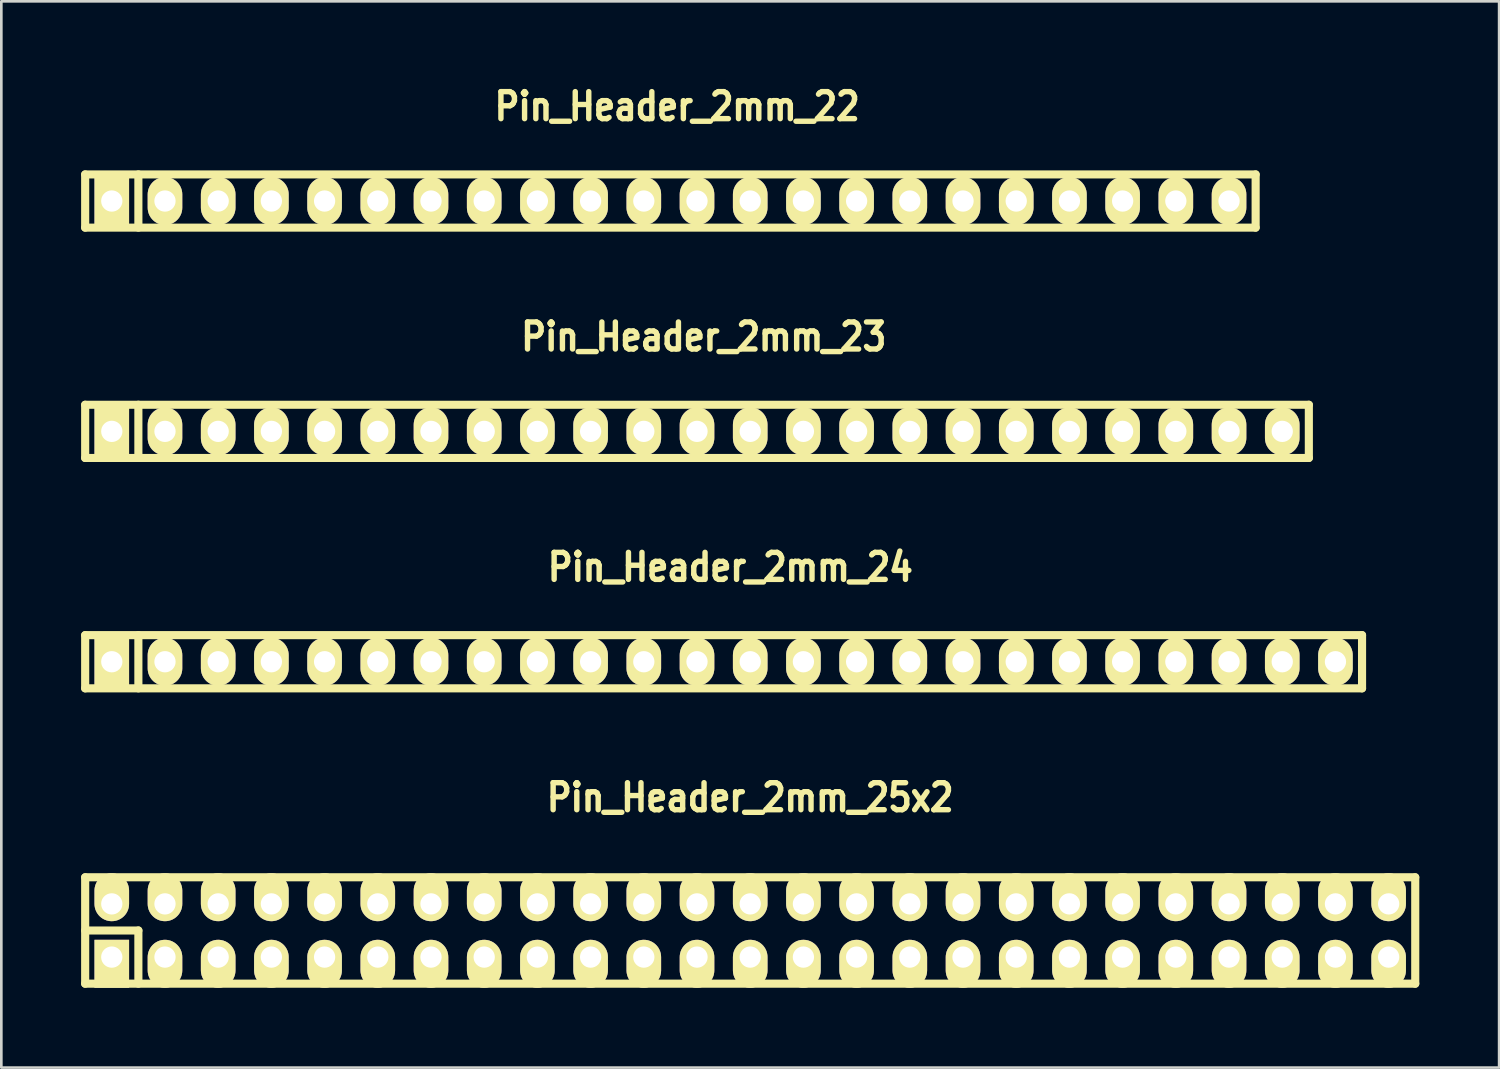
<source format=kicad_pcb>
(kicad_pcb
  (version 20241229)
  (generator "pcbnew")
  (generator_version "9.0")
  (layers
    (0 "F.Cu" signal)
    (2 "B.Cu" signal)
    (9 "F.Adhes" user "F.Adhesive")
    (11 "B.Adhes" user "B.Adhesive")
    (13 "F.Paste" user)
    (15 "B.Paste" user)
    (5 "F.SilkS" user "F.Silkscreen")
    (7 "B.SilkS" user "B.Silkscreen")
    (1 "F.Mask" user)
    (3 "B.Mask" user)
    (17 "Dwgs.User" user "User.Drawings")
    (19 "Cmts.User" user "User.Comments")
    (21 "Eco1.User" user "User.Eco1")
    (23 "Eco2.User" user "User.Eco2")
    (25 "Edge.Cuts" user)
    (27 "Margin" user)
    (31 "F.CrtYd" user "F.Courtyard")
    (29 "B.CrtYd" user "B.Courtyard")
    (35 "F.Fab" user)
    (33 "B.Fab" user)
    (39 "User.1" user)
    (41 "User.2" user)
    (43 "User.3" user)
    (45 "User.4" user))
  (footprint "Pin_Header_2mm_25x2"
    (layer "F.Cu")
    (at 25.152 31.929)
    (property "Reference" "Pin_Header_2mm_25x2" (at 0 -5 0) (layer "F.SilkS") (effects (font (size 1.016 0.889) (thickness 0.203))))
    (attr through_hole)
    (fp_line (start -25 -2) (end 25 -2) (stroke (width 0.305) (type solid)) (layer "F.SilkS"))
    (fp_line (start -25 0) (end -23 0) (stroke (width 0.305) (type solid)) (layer "F.SilkS"))
    (fp_line (start -25 2) (end -25 -2) (stroke (width 0.305) (type solid)) (layer "F.SilkS"))
    (fp_line (start -23 0) (end -23 2) (stroke (width 0.305) (type solid)) (layer "F.SilkS"))
    (fp_line (start 25 -2) (end 25 2) (stroke (width 0.305) (type solid)) (layer "F.SilkS"))
    (fp_line (start 25 2) (end -25 2) (stroke (width 0.305) (type solid)) (layer "F.SilkS"))
    (pad "1" thru_hole rect (at -24 1) (size 1.3 1.8) (drill 0.8 (offset 0 0.25)) (layers "*.Cu" "*.Mask" "F.SilkS"))
    (pad "2" thru_hole oval (at -24 -1) (size 1.3 1.8) (drill 0.8 (offset 0 -0.25)) (layers "*.Cu" "*.Mask" "F.SilkS"))
    (pad "3" thru_hole oval (at -22 1) (size 1.3 1.8) (drill 0.8 (offset 0 0.25)) (layers "*.Cu" "*.Mask" "F.SilkS"))
    (pad "4" thru_hole oval (at -22 -1) (size 1.3 1.8) (drill 0.8 (offset 0 -0.25)) (layers "*.Cu" "*.Mask" "F.SilkS"))
    (pad "5" thru_hole oval (at -20 1) (size 1.3 1.8) (drill 0.8 (offset 0 0.25)) (layers "*.Cu" "*.Mask" "F.SilkS"))
    (pad "6" thru_hole oval (at -20 -1) (size 1.3 1.8) (drill 0.8 (offset 0 -0.25)) (layers "*.Cu" "*.Mask" "F.SilkS"))
    (pad "7" thru_hole oval (at -18 1) (size 1.3 1.8) (drill 0.8 (offset 0 0.25)) (layers "*.Cu" "*.Mask" "F.SilkS"))
    (pad "8" thru_hole oval (at -18 -1) (size 1.3 1.8) (drill 0.8 (offset 0 -0.25)) (layers "*.Cu" "*.Mask" "F.SilkS"))
    (pad "9" thru_hole oval (at -16 1) (size 1.3 1.8) (drill 0.8 (offset 0 0.25)) (layers "*.Cu" "*.Mask" "F.SilkS"))
    (pad "10" thru_hole oval (at -16 -1) (size 1.3 1.8) (drill 0.8 (offset 0 -0.25)) (layers "*.Cu" "*.Mask" "F.SilkS"))
    (pad "11" thru_hole oval (at -14 1) (size 1.3 1.8) (drill 0.8 (offset 0 0.25)) (layers "*.Cu" "*.Mask" "F.SilkS"))
    (pad "12" thru_hole oval (at -14 -1) (size 1.3 1.8) (drill 0.8 (offset 0 -0.25)) (layers "*.Cu" "*.Mask" "F.SilkS"))
    (pad "13" thru_hole oval (at -12 1) (size 1.3 1.8) (drill 0.8 (offset 0 0.25)) (layers "*.Cu" "*.Mask" "F.SilkS"))
    (pad "14" thru_hole oval (at -12 -1) (size 1.3 1.8) (drill 0.8 (offset 0 -0.25)) (layers "*.Cu" "*.Mask" "F.SilkS"))
    (pad "15" thru_hole oval (at -10 1) (size 1.3 1.8) (drill 0.8 (offset 0 0.25)) (layers "*.Cu" "*.Mask" "F.SilkS"))
    (pad "16" thru_hole oval (at -10 -1) (size 1.3 1.8) (drill 0.8 (offset 0 -0.25)) (layers "*.Cu" "*.Mask" "F.SilkS"))
    (pad "17" thru_hole oval (at -8 1) (size 1.3 1.8) (drill 0.8 (offset 0 0.25)) (layers "*.Cu" "*.Mask" "F.SilkS"))
    (pad "18" thru_hole oval (at -8 -1) (size 1.3 1.8) (drill 0.8 (offset 0 -0.25)) (layers "*.Cu" "*.Mask" "F.SilkS"))
    (pad "19" thru_hole oval (at -6 1) (size 1.3 1.8) (drill 0.8 (offset 0 0.25)) (layers "*.Cu" "*.Mask" "F.SilkS"))
    (pad "20" thru_hole oval (at -6 -1) (size 1.3 1.8) (drill 0.8 (offset 0 -0.25)) (layers "*.Cu" "*.Mask" "F.SilkS"))
    (pad "21" thru_hole oval (at -4 1) (size 1.3 1.8) (drill 0.8 (offset 0 0.25)) (layers "*.Cu" "*.Mask" "F.SilkS"))
    (pad "22" thru_hole oval (at -4 -1) (size 1.3 1.8) (drill 0.8 (offset 0 -0.25)) (layers "*.Cu" "*.Mask" "F.SilkS"))
    (pad "23" thru_hole oval (at -2 1) (size 1.3 1.8) (drill 0.8 (offset 0 0.25)) (layers "*.Cu" "*.Mask" "F.SilkS"))
    (pad "24" thru_hole oval (at -2 -1) (size 1.3 1.8) (drill 0.8 (offset 0 -0.25)) (layers "*.Cu" "*.Mask" "F.SilkS"))
    (pad "25" thru_hole oval (at 0 1) (size 1.3 1.8) (drill 0.8 (offset 0 0.25)) (layers "*.Cu" "*.Mask" "F.SilkS"))
    (pad "26" thru_hole oval (at 0 -1) (size 1.3 1.8) (drill 0.8 (offset 0 -0.25)) (layers "*.Cu" "*.Mask" "F.SilkS"))
    (pad "27" thru_hole oval (at 2 1) (size 1.3 1.8) (drill 0.8 (offset 0 0.25)) (layers "*.Cu" "*.Mask" "F.SilkS"))
    (pad "28" thru_hole oval (at 2 -1) (size 1.3 1.8) (drill 0.8 (offset 0 -0.25)) (layers "*.Cu" "*.Mask" "F.SilkS"))
    (pad "29" thru_hole oval (at 4 1) (size 1.3 1.8) (drill 0.8 (offset 0 0.25)) (layers "*.Cu" "*.Mask" "F.SilkS"))
    (pad "30" thru_hole oval (at 4 -1) (size 1.3 1.8) (drill 0.8 (offset 0 -0.25)) (layers "*.Cu" "*.Mask" "F.SilkS"))
    (pad "31" thru_hole oval (at 6 1) (size 1.3 1.8) (drill 0.8 (offset 0 0.25)) (layers "*.Cu" "*.Mask" "F.SilkS"))
    (pad "32" thru_hole oval (at 6 -1) (size 1.3 1.8) (drill 0.8 (offset 0 -0.25)) (layers "*.Cu" "*.Mask" "F.SilkS"))
    (pad "33" thru_hole oval (at 8 1) (size 1.3 1.8) (drill 0.8 (offset 0 0.25)) (layers "*.Cu" "*.Mask" "F.SilkS"))
    (pad "34" thru_hole oval (at 8 -1) (size 1.3 1.8) (drill 0.8 (offset 0 -0.25)) (layers "*.Cu" "*.Mask" "F.SilkS"))
    (pad "35" thru_hole oval (at 10 1) (size 1.3 1.8) (drill 0.8 (offset 0 0.25)) (layers "*.Cu" "*.Mask" "F.SilkS"))
    (pad "36" thru_hole oval (at 10 -1) (size 1.3 1.8) (drill 0.8 (offset 0 -0.25)) (layers "*.Cu" "*.Mask" "F.SilkS"))
    (pad "37" thru_hole oval (at 12 1) (size 1.3 1.8) (drill 0.8 (offset 0 0.25)) (layers "*.Cu" "*.Mask" "F.SilkS"))
    (pad "38" thru_hole oval (at 12 -1) (size 1.3 1.8) (drill 0.8 (offset 0 -0.25)) (layers "*.Cu" "*.Mask" "F.SilkS"))
    (pad "39" thru_hole oval (at 14 1) (size 1.3 1.8) (drill 0.8 (offset 0 0.25)) (layers "*.Cu" "*.Mask" "F.SilkS"))
    (pad "40" thru_hole oval (at 14 -1) (size 1.3 1.8) (drill 0.8 (offset 0 -0.25)) (layers "*.Cu" "*.Mask" "F.SilkS"))
    (pad "41" thru_hole oval (at 16 1) (size 1.3 1.8) (drill 0.8 (offset 0 0.25)) (layers "*.Cu" "*.Mask" "F.SilkS"))
    (pad "42" thru_hole oval (at 16 -1) (size 1.3 1.8) (drill 0.8 (offset 0 -0.25)) (layers "*.Cu" "*.Mask" "F.SilkS"))
    (pad "43" thru_hole oval (at 18 1) (size 1.3 1.8) (drill 0.8 (offset 0 0.25)) (layers "*.Cu" "*.Mask" "F.SilkS"))
    (pad "44" thru_hole oval (at 18 -1) (size 1.3 1.8) (drill 0.8 (offset 0 -0.25)) (layers "*.Cu" "*.Mask" "F.SilkS"))
    (pad "45" thru_hole oval (at 20 1) (size 1.3 1.8) (drill 0.8 (offset 0 0.25)) (layers "*.Cu" "*.Mask" "F.SilkS"))
    (pad "46" thru_hole oval (at 20 -1) (size 1.3 1.8) (drill 0.8 (offset 0 -0.25)) (layers "*.Cu" "*.Mask" "F.SilkS"))
    (pad "47" thru_hole oval (at 22 1) (size 1.3 1.8) (drill 0.8 (offset 0 0.25)) (layers "*.Cu" "*.Mask" "F.SilkS"))
    (pad "48" thru_hole oval (at 22 -1) (size 1.3 1.8) (drill 0.8 (offset 0 -0.25)) (layers "*.Cu" "*.Mask" "F.SilkS"))
    (pad "49" thru_hole oval (at 24 1) (size 1.3 1.8) (drill 0.8 (offset 0 0.25)) (layers "*.Cu" "*.Mask" "F.SilkS"))
    (pad "50" thru_hole oval (at 24 -1) (size 1.3 1.8) (drill 0.8 (offset 0 -0.25)) (layers "*.Cu" "*.Mask" "F.SilkS")))
  (footprint "Pin_Header_2mm_23"
    (layer "F.Cu")
    (at 23.152 13.166)
    (property "Reference" "Pin_Header_2mm_23" (at 0.254 -3.556 0) (layer "F.SilkS") (effects (font (size 1.016 0.889) (thickness 0.203))))
    (attr through_hole)
    (fp_line (start -23 -1) (end 23 -1) (stroke (width 0.305) (type solid)) (layer "F.SilkS"))
    (fp_line (start -23 1) (end -23 -1) (stroke (width 0.305) (type solid)) (layer "F.SilkS"))
    (fp_line (start -21 -1) (end -21 1) (stroke (width 0.305) (type solid)) (layer "F.SilkS"))
    (fp_line (start 23 -1) (end 23 1) (stroke (width 0.305) (type solid)) (layer "F.SilkS"))
    (fp_line (start 23 1) (end -23 1) (stroke (width 0.305) (type solid)) (layer "F.SilkS"))
    (pad "1" thru_hole rect (at -22 0) (size 1.3 1.8) (drill 0.8) (layers "*.Cu" "*.Mask" "F.SilkS"))
    (pad "2" thru_hole oval (at -20 0) (size 1.3 1.8) (drill 0.8) (layers "*.Cu" "*.Mask" "F.SilkS"))
    (pad "3" thru_hole oval (at -18 0) (size 1.3 1.8) (drill 0.8) (layers "*.Cu" "*.Mask" "F.SilkS"))
    (pad "4" thru_hole oval (at -16 0) (size 1.3 1.8) (drill 0.8) (layers "*.Cu" "*.Mask" "F.SilkS"))
    (pad "5" thru_hole oval (at -14 0) (size 1.3 1.8) (drill 0.8) (layers "*.Cu" "*.Mask" "F.SilkS"))
    (pad "6" thru_hole oval (at -12 0) (size 1.3 1.8) (drill 0.8) (layers "*.Cu" "*.Mask" "F.SilkS"))
    (pad "7" thru_hole oval (at -10 0) (size 1.3 1.8) (drill 0.8) (layers "*.Cu" "*.Mask" "F.SilkS"))
    (pad "8" thru_hole oval (at -8 0) (size 1.3 1.8) (drill 0.8) (layers "*.Cu" "*.Mask" "F.SilkS"))
    (pad "9" thru_hole oval (at -6 0) (size 1.3 1.8) (drill 0.8) (layers "*.Cu" "*.Mask" "F.SilkS"))
    (pad "10" thru_hole oval (at -4 0) (size 1.3 1.8) (drill 0.8) (layers "*.Cu" "*.Mask" "F.SilkS"))
    (pad "11" thru_hole oval (at -2 0) (size 1.3 1.8) (drill 0.8) (layers "*.Cu" "*.Mask" "F.SilkS"))
    (pad "12" thru_hole oval (at 0 0) (size 1.3 1.8) (drill 0.8) (layers "*.Cu" "*.Mask" "F.SilkS"))
    (pad "13" thru_hole oval (at 2 0) (size 1.3 1.8) (drill 0.8) (layers "*.Cu" "*.Mask" "F.SilkS"))
    (pad "14" thru_hole oval (at 4 0) (size 1.3 1.8) (drill 0.8) (layers "*.Cu" "*.Mask" "F.SilkS"))
    (pad "15" thru_hole oval (at 6 0) (size 1.3 1.8) (drill 0.8) (layers "*.Cu" "*.Mask" "F.SilkS"))
    (pad "16" thru_hole oval (at 8 0) (size 1.3 1.8) (drill 0.8) (layers "*.Cu" "*.Mask" "F.SilkS"))
    (pad "17" thru_hole oval (at 10 0) (size 1.3 1.8) (drill 0.8) (layers "*.Cu" "*.Mask" "F.SilkS"))
    (pad "18" thru_hole oval (at 12 0) (size 1.3 1.8) (drill 0.8) (layers "*.Cu" "*.Mask" "F.SilkS"))
    (pad "19" thru_hole oval (at 14 0) (size 1.3 1.8) (drill 0.8) (layers "*.Cu" "*.Mask" "F.SilkS"))
    (pad "20" thru_hole oval (at 16 0) (size 1.3 1.8) (drill 0.8) (layers "*.Cu" "*.Mask" "F.SilkS"))
    (pad "21" thru_hole oval (at 18 0) (size 1.3 1.8) (drill 0.8) (layers "*.Cu" "*.Mask" "F.SilkS"))
    (pad "22" thru_hole oval (at 20 0) (size 1.3 1.8) (drill 0.8) (layers "*.Cu" "*.Mask" "F.SilkS"))
    (pad "23" thru_hole oval (at 22 0) (size 1.3 1.8) (drill 0.8) (layers "*.Cu" "*.Mask" "F.SilkS")))
  (footprint "Pin_Header_2mm_24"
    (layer "F.Cu")
    (at 24.152 21.826)
    (property "Reference" "Pin_Header_2mm_24" (at 0.254 -3.556 0) (layer "F.SilkS") (effects (font (size 1.016 0.889) (thickness 0.203))))
    (attr through_hole)
    (fp_line (start -24 -1) (end 24 -1) (stroke (width 0.305) (type solid)) (layer "F.SilkS"))
    (fp_line (start -24 1) (end -24 -1) (stroke (width 0.305) (type solid)) (layer "F.SilkS"))
    (fp_line (start -22 -1) (end -22 1) (stroke (width 0.305) (type solid)) (layer "F.SilkS"))
    (fp_line (start 24 -1) (end 24 1) (stroke (width 0.305) (type solid)) (layer "F.SilkS"))
    (fp_line (start 24 1) (end -24 1) (stroke (width 0.305) (type solid)) (layer "F.SilkS"))
    (pad "1" thru_hole rect (at -23 0) (size 1.3 1.8) (drill 0.8) (layers "*.Cu" "*.Mask" "F.SilkS"))
    (pad "2" thru_hole oval (at -21 0) (size 1.3 1.8) (drill 0.8) (layers "*.Cu" "*.Mask" "F.SilkS"))
    (pad "3" thru_hole oval (at -19 0) (size 1.3 1.8) (drill 0.8) (layers "*.Cu" "*.Mask" "F.SilkS"))
    (pad "4" thru_hole oval (at -17 0) (size 1.3 1.8) (drill 0.8) (layers "*.Cu" "*.Mask" "F.SilkS"))
    (pad "5" thru_hole oval (at -15 0) (size 1.3 1.8) (drill 0.8) (layers "*.Cu" "*.Mask" "F.SilkS"))
    (pad "6" thru_hole oval (at -13 0) (size 1.3 1.8) (drill 0.8) (layers "*.Cu" "*.Mask" "F.SilkS"))
    (pad "7" thru_hole oval (at -11 0) (size 1.3 1.8) (drill 0.8) (layers "*.Cu" "*.Mask" "F.SilkS"))
    (pad "8" thru_hole oval (at -9 0) (size 1.3 1.8) (drill 0.8) (layers "*.Cu" "*.Mask" "F.SilkS"))
    (pad "9" thru_hole oval (at -7 0) (size 1.3 1.8) (drill 0.8) (layers "*.Cu" "*.Mask" "F.SilkS"))
    (pad "10" thru_hole oval (at -5 0) (size 1.3 1.8) (drill 0.8) (layers "*.Cu" "*.Mask" "F.SilkS"))
    (pad "11" thru_hole oval (at -3 0) (size 1.3 1.8) (drill 0.8) (layers "*.Cu" "*.Mask" "F.SilkS"))
    (pad "12" thru_hole oval (at -1 0) (size 1.3 1.8) (drill 0.8) (layers "*.Cu" "*.Mask" "F.SilkS"))
    (pad "13" thru_hole oval (at 1 0) (size 1.3 1.8) (drill 0.8) (layers "*.Cu" "*.Mask" "F.SilkS"))
    (pad "14" thru_hole oval (at 3 0) (size 1.3 1.8) (drill 0.8) (layers "*.Cu" "*.Mask" "F.SilkS"))
    (pad "15" thru_hole oval (at 5 0) (size 1.3 1.8) (drill 0.8) (layers "*.Cu" "*.Mask" "F.SilkS"))
    (pad "16" thru_hole oval (at 7 0) (size 1.3 1.8) (drill 0.8) (layers "*.Cu" "*.Mask" "F.SilkS"))
    (pad "17" thru_hole oval (at 9 0) (size 1.3 1.8) (drill 0.8) (layers "*.Cu" "*.Mask" "F.SilkS"))
    (pad "18" thru_hole oval (at 11 0) (size 1.3 1.8) (drill 0.8) (layers "*.Cu" "*.Mask" "F.SilkS"))
    (pad "19" thru_hole oval (at 13 0) (size 1.3 1.8) (drill 0.8) (layers "*.Cu" "*.Mask" "F.SilkS"))
    (pad "20" thru_hole oval (at 15 0) (size 1.3 1.8) (drill 0.8) (layers "*.Cu" "*.Mask" "F.SilkS"))
    (pad "21" thru_hole oval (at 17 0) (size 1.3 1.8) (drill 0.8) (layers "*.Cu" "*.Mask" "F.SilkS"))
    (pad "22" thru_hole oval (at 19 0) (size 1.3 1.8) (drill 0.8) (layers "*.Cu" "*.Mask" "F.SilkS"))
    (pad "23" thru_hole oval (at 21 0) (size 1.3 1.8) (drill 0.8) (layers "*.Cu" "*.Mask" "F.SilkS"))
    (pad "24" thru_hole oval (at 23 0) (size 1.3 1.8) (drill 0.8) (layers "*.Cu" "*.Mask" "F.SilkS")))
  (footprint "Pin_Header_2mm_22"
    (layer "F.Cu")
    (at 22.152 4.507)
    (property "Reference" "Pin_Header_2mm_22" (at 0.254 -3.556 0) (layer "F.SilkS") (effects (font (size 1.016 0.889) (thickness 0.203))))
    (attr through_hole)
    (fp_line (start -22 -1) (end 22 -1) (stroke (width 0.305) (type solid)) (layer "F.SilkS"))
    (fp_line (start -22 1) (end -22 -1) (stroke (width 0.305) (type solid)) (layer "F.SilkS"))
    (fp_line (start -20 -1) (end -20 1) (stroke (width 0.305) (type solid)) (layer "F.SilkS"))
    (fp_line (start 22 -1) (end 22 1) (stroke (width 0.305) (type solid)) (layer "F.SilkS"))
    (fp_line (start 22 1) (end -22 1) (stroke (width 0.305) (type solid)) (layer "F.SilkS"))
    (pad "1" thru_hole rect (at -21 0) (size 1.3 1.8) (drill 0.8) (layers "*.Cu" "*.Mask" "F.SilkS"))
    (pad "2" thru_hole oval (at -19 0) (size 1.3 1.8) (drill 0.8) (layers "*.Cu" "*.Mask" "F.SilkS"))
    (pad "3" thru_hole oval (at -17 0) (size 1.3 1.8) (drill 0.8) (layers "*.Cu" "*.Mask" "F.SilkS"))
    (pad "4" thru_hole oval (at -15 0) (size 1.3 1.8) (drill 0.8) (layers "*.Cu" "*.Mask" "F.SilkS"))
    (pad "5" thru_hole oval (at -13 0) (size 1.3 1.8) (drill 0.8) (layers "*.Cu" "*.Mask" "F.SilkS"))
    (pad "6" thru_hole oval (at -11 0) (size 1.3 1.8) (drill 0.8) (layers "*.Cu" "*.Mask" "F.SilkS"))
    (pad "7" thru_hole oval (at -9 0) (size 1.3 1.8) (drill 0.8) (layers "*.Cu" "*.Mask" "F.SilkS"))
    (pad "8" thru_hole oval (at -7 0) (size 1.3 1.8) (drill 0.8) (layers "*.Cu" "*.Mask" "F.SilkS"))
    (pad "9" thru_hole oval (at -5 0) (size 1.3 1.8) (drill 0.8) (layers "*.Cu" "*.Mask" "F.SilkS"))
    (pad "10" thru_hole oval (at -3 0) (size 1.3 1.8) (drill 0.8) (layers "*.Cu" "*.Mask" "F.SilkS"))
    (pad "11" thru_hole oval (at -1 0) (size 1.3 1.8) (drill 0.8) (layers "*.Cu" "*.Mask" "F.SilkS"))
    (pad "12" thru_hole oval (at 1 0) (size 1.3 1.8) (drill 0.8) (layers "*.Cu" "*.Mask" "F.SilkS"))
    (pad "13" thru_hole oval (at 3 0) (size 1.3 1.8) (drill 0.8) (layers "*.Cu" "*.Mask" "F.SilkS"))
    (pad "14" thru_hole oval (at 5 0) (size 1.3 1.8) (drill 0.8) (layers "*.Cu" "*.Mask" "F.SilkS"))
    (pad "15" thru_hole oval (at 7 0) (size 1.3 1.8) (drill 0.8) (layers "*.Cu" "*.Mask" "F.SilkS"))
    (pad "16" thru_hole oval (at 9 0) (size 1.3 1.8) (drill 0.8) (layers "*.Cu" "*.Mask" "F.SilkS"))
    (pad "17" thru_hole oval (at 11 0) (size 1.3 1.8) (drill 0.8) (layers "*.Cu" "*.Mask" "F.SilkS"))
    (pad "18" thru_hole oval (at 13 0) (size 1.3 1.8) (drill 0.8) (layers "*.Cu" "*.Mask" "F.SilkS"))
    (pad "19" thru_hole oval (at 15 0) (size 1.3 1.8) (drill 0.8) (layers "*.Cu" "*.Mask" "F.SilkS"))
    (pad "20" thru_hole oval (at 17 0) (size 1.3 1.8) (drill 0.8) (layers "*.Cu" "*.Mask" "F.SilkS"))
    (pad "21" thru_hole oval (at 19 0) (size 1.3 1.8) (drill 0.8) (layers "*.Cu" "*.Mask" "F.SilkS"))
    (pad "22" thru_hole oval (at 21 0) (size 1.3 1.8) (drill 0.8) (layers "*.Cu" "*.Mask" "F.SilkS")))
  (gr_rect
    (start -3 -3)
    (end 53.305 37.082)
    (stroke (width 0.1) (type default))
    (fill no)
    (layer "Edge.Cuts")))
</source>
